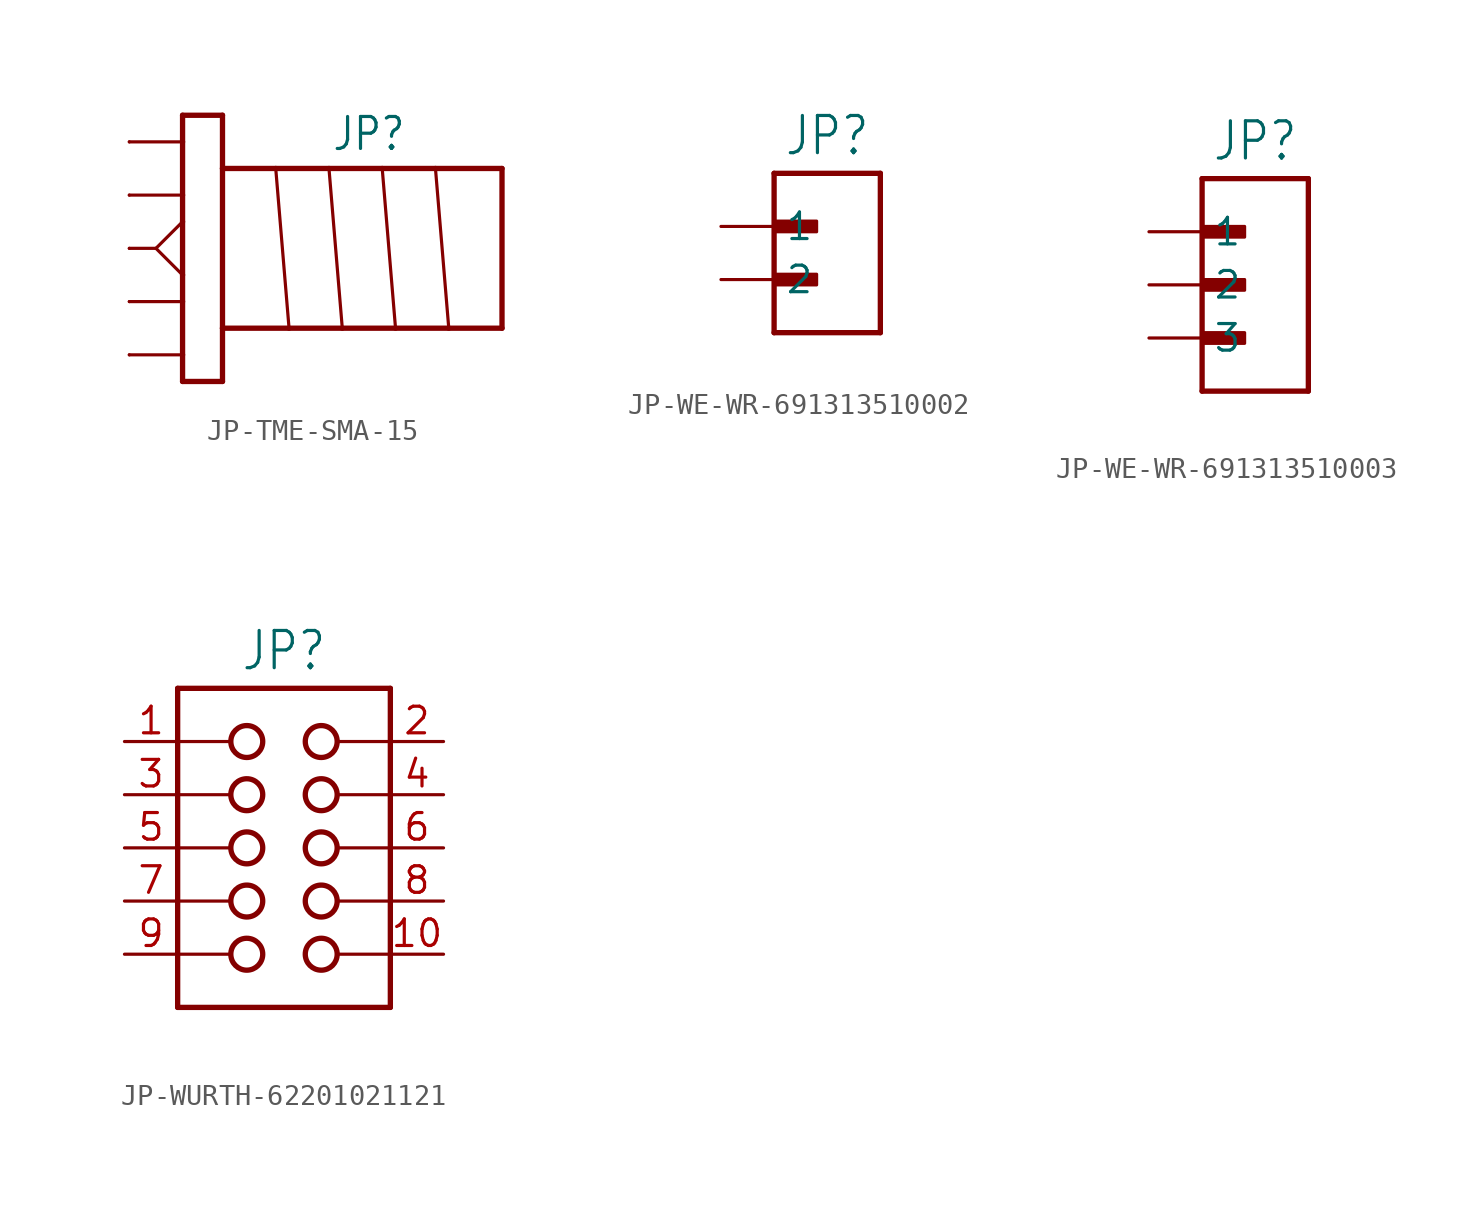
<source format=kicad_sym>
(kicad_symbol_lib
  (version 20231120)
  (generator "kicad_symbol_editor")
  (generator_version "8.0")
  (symbol "JP-TME-SMA-15"
    (property "Reference" "JP"
      (at 8.89 4.572 0)
      (effects (font (size 1.524 1.295)) (justify bottom)))
    (property "Value" ""
      (at 8.89 -4.572 0)
      (effects (font (size 1.524 1.295)) (justify top)))
    (property "ki_locked" ""
      (at 0 0 0)
      (effects (font (size 1.27 1.27))))
    (symbol "JP-TME-SMA-15_1_0"
      (polyline (pts (xy -1.27 0) (xy -2.54 0)) (stroke (width 0.152) (type solid)) (fill (type none)))
      (polyline (pts (xy -1.27 0) (xy 0 -1.27)) (stroke (width 0.152) (type solid)) (fill (type none)))
      (polyline (pts (xy -1.27 0) (xy 0 1.27)) (stroke (width 0.152) (type solid)) (fill (type none)))
      (polyline (pts (xy 0 -6.35) (xy 1.905 -6.35)) (stroke (width 0.254) (type solid)) (fill (type none)))
      (polyline (pts (xy 0 -5.08) (xy -2.54 -5.08)) (stroke (width 0.152) (type solid)) (fill (type none)))
      (polyline (pts (xy 0 -5.08) (xy 0 -6.35)) (stroke (width 0.254) (type solid)) (fill (type none)))
      (polyline (pts (xy 0 -2.54) (xy -2.54 -2.54)) (stroke (width 0.152) (type solid)) (fill (type none)))
      (polyline (pts (xy 0 -2.54) (xy 0 -5.08)) (stroke (width 0.254) (type solid)) (fill (type none)))
      (polyline (pts (xy 0 -1.27) (xy 0 -2.54)) (stroke (width 0.254) (type solid)) (fill (type none)))
      (polyline (pts (xy 0 1.27) (xy 0 -1.27)) (stroke (width 0.254) (type solid)) (fill (type none)))
      (polyline (pts (xy 0 2.54) (xy -2.54 2.54)) (stroke (width 0.152) (type solid)) (fill (type none)))
      (polyline (pts (xy 0 2.54) (xy 0 1.27)) (stroke (width 0.254) (type solid)) (fill (type none)))
      (polyline (pts (xy 0 5.08) (xy -2.54 5.08)) (stroke (width 0.152) (type solid)) (fill (type none)))
      (polyline (pts (xy 0 5.08) (xy 0 2.54)) (stroke (width 0.254) (type solid)) (fill (type none)))
      (polyline (pts (xy 0 6.35) (xy 0 5.08)) (stroke (width 0.254) (type solid)) (fill (type none)))
      (polyline (pts (xy 1.905 -6.35) (xy 1.905 -3.81)) (stroke (width 0.254) (type solid)) (fill (type none)))
      (polyline (pts (xy 1.905 -3.81) (xy 1.905 3.81)) (stroke (width 0.254) (type solid)) (fill (type none)))
      (polyline (pts (xy 1.905 3.81) (xy 1.905 6.35)) (stroke (width 0.254) (type solid)) (fill (type none)))
      (polyline (pts (xy 1.905 3.81) (xy 4.445 3.81)) (stroke (width 0.254) (type solid)) (fill (type none)))
      (polyline (pts (xy 1.905 6.35) (xy 0 6.35)) (stroke (width 0.254) (type solid)) (fill (type none)))
      (polyline (pts (xy 4.445 3.81) (xy 5.08 -3.81)) (stroke (width 0.152) (type solid)) (fill (type none)))
      (polyline (pts (xy 4.445 3.81) (xy 6.985 3.81)) (stroke (width 0.254) (type solid)) (fill (type none)))
      (polyline (pts (xy 5.08 -3.81) (xy 1.905 -3.81)) (stroke (width 0.254) (type solid)) (fill (type none)))
      (polyline (pts (xy 6.985 3.81) (xy 7.62 -3.81)) (stroke (width 0.152) (type solid)) (fill (type none)))
      (polyline (pts (xy 6.985 3.81) (xy 9.525 3.81)) (stroke (width 0.254) (type solid)) (fill (type none)))
      (polyline (pts (xy 7.62 -3.81) (xy 5.08 -3.81)) (stroke (width 0.254) (type solid)) (fill (type none)))
      (polyline (pts (xy 9.525 3.81) (xy 10.16 -3.81)) (stroke (width 0.152) (type solid)) (fill (type none)))
      (polyline (pts (xy 9.525 3.81) (xy 12.065 3.81)) (stroke (width 0.254) (type solid)) (fill (type none)))
      (polyline (pts (xy 10.16 -3.81) (xy 7.62 -3.81)) (stroke (width 0.254) (type solid)) (fill (type none)))
      (polyline (pts (xy 12.065 3.81) (xy 12.7 -3.81)) (stroke (width 0.152) (type solid)) (fill (type none)))
      (polyline (pts (xy 12.065 3.81) (xy 15.24 3.81)) (stroke (width 0.254) (type solid)) (fill (type none)))
      (polyline (pts (xy 12.7 -3.81) (xy 10.16 -3.81)) (stroke (width 0.254) (type solid)) (fill (type none)))
      (polyline (pts (xy 15.24 -3.81) (xy 12.7 -3.81)) (stroke (width 0.254) (type solid)) (fill (type none)))
      (polyline (pts (xy 15.24 3.81) (xy 15.24 -3.81)) (stroke (width 0.254) (type solid)) (fill (type none)))
      (pin passive line (at -2.54 0 0) (length 0) (name "0" (effects (font (size 0 0)))) (number "0" (effects (font (size 0 0)))))
      (pin passive line (at -2.54 5.08 0) (length 0) (name "1" (effects (font (size 0 0)))) (number "1" (effects (font (size 0 0)))))
      (pin passive line (at -2.54 -2.54 0) (length 0) (name "2" (effects (font (size 0 0)))) (number "2" (effects (font (size 0 0)))))
      (pin passive line (at -2.54 -5.08 0) (length 0) (name "3" (effects (font (size 0 0)))) (number "3" (effects (font (size 0 0)))))
      (pin passive line (at -2.54 2.54 0) (length 0) (name "4" (effects (font (size 0 0)))) (number "4" (effects (font (size 0 0)))))))
  (symbol "JP-WE-WR-691313510002"
    (property "Reference" "JP"
      (at 0 3.302 0)
      (effects (font (size 1.778 1.511)) (justify bottom)))
    (property "Value" ""
      (at 0 -5.842 0)
      (effects (font (size 1.778 1.511)) (justify top)))
    (property "ki_locked" ""
      (at 0 0 0)
      (effects (font (size 1.27 1.27))))
    (symbol "JP-WE-WR-691313510002_1_0"
      (rectangle (start -2.54 -2.794) (end -0.508 -2.286) (stroke (width 0) (type default)) (fill (type outline)))
      (rectangle (start -2.54 -0.254) (end -0.508 0.254) (stroke (width 0) (type default)) (fill (type outline)))
      (polyline (pts (xy -2.54 -5.08) (xy -2.54 2.54)) (stroke (width 0.254) (type solid)) (fill (type none)))
      (polyline (pts (xy -2.54 2.54) (xy 2.54 2.54)) (stroke (width 0.254) (type solid)) (fill (type none)))
      (polyline (pts (xy 2.54 -5.08) (xy -2.54 -5.08)) (stroke (width 0.254) (type solid)) (fill (type none)))
      (polyline (pts (xy 2.54 2.54) (xy 2.54 -5.08)) (stroke (width 0.254) (type solid)) (fill (type none)))
      (pin passive line (at -5.08 0 0) (length 2.54) (name "1" (effects (font (size 1.27 1.27)))) (number "1" (effects (font (size 0 0)))))
      (pin passive line (at -5.08 -2.54 0) (length 2.54) (name "2" (effects (font (size 1.27 1.27)))) (number "2" (effects (font (size 0 0)))))))
  (symbol "JP-WE-WR-691313510003"
    (property "Reference" "JP"
      (at 0 5.842 0)
      (effects (font (size 1.778 1.511)) (justify bottom)))
    (property "Value" ""
      (at 0 -5.842 0)
      (effects (font (size 1.778 1.511)) (justify top)))
    (property "ki_locked" ""
      (at 0 0 0)
      (effects (font (size 1.27 1.27))))
    (symbol "JP-WE-WR-691313510003_1_0"
      (rectangle (start -2.54 -2.794) (end -0.508 -2.286) (stroke (width 0) (type default)) (fill (type outline)))
      (rectangle (start -2.54 -0.254) (end -0.508 0.254) (stroke (width 0) (type default)) (fill (type outline)))
      (rectangle (start -2.54 2.286) (end -0.508 2.794) (stroke (width 0) (type default)) (fill (type outline)))
      (polyline (pts (xy -2.54 -5.08) (xy -2.54 5.08)) (stroke (width 0.254) (type solid)) (fill (type none)))
      (polyline (pts (xy -2.54 5.08) (xy 2.54 5.08)) (stroke (width 0.254) (type solid)) (fill (type none)))
      (polyline (pts (xy 2.54 -5.08) (xy -2.54 -5.08)) (stroke (width 0.254) (type solid)) (fill (type none)))
      (polyline (pts (xy 2.54 5.08) (xy 2.54 -5.08)) (stroke (width 0.254) (type solid)) (fill (type none)))
      (pin passive line (at -5.08 2.54 0) (length 2.54) (name "1" (effects (font (size 1.27 1.27)))) (number "1" (effects (font (size 0 0)))))
      (pin passive line (at -5.08 0 0) (length 2.54) (name "2" (effects (font (size 1.27 1.27)))) (number "2" (effects (font (size 0 0)))))
      (pin passive line (at -5.08 -2.54 0) (length 2.54) (name "3" (effects (font (size 1.27 1.27)))) (number "3" (effects (font (size 0 0)))))))
  (symbol "JP-WURTH-62201021121"
    (property "Reference" "JP"
      (at 0 8.382 0)
      (effects (font (size 1.778 1.511)) (justify bottom)))
    (property "Value" ""
      (at 0 -8.382 0)
      (effects (font (size 1.778 1.511)) (justify top)))
    (property "ki_locked" ""
      (at 0 0 0)
      (effects (font (size 1.27 1.27))))
    (symbol "JP-WURTH-62201021121_1_0"
      (circle (center -1.778 -5.08) (radius 0.762) (stroke (width 0.254) (type solid)) (fill (type none)))
      (circle (center -1.778 -2.54) (radius 0.762) (stroke (width 0.254) (type solid)) (fill (type none)))
      (circle (center -1.778 0) (radius 0.762) (stroke (width 0.254) (type solid)) (fill (type none)))
      (circle (center -1.778 2.54) (radius 0.762) (stroke (width 0.254) (type solid)) (fill (type none)))
      (circle (center -1.778 5.08) (radius 0.762) (stroke (width 0.254) (type solid)) (fill (type none)))
      (polyline (pts (xy -5.08 -7.62) (xy -5.08 -5.08)) (stroke (width 0.254) (type solid)) (fill (type none)))
      (polyline (pts (xy -5.08 -5.08) (xy -5.08 -2.54)) (stroke (width 0.254) (type solid)) (fill (type none)))
      (polyline (pts (xy -5.08 -5.08) (xy -2.54 -5.08)) (stroke (width 0.152) (type solid)) (fill (type none)))
      (polyline (pts (xy -5.08 -2.54) (xy -5.08 0)) (stroke (width 0.254) (type solid)) (fill (type none)))
      (polyline (pts (xy -5.08 -2.54) (xy -2.54 -2.54)) (stroke (width 0.152) (type solid)) (fill (type none)))
      (polyline (pts (xy -5.08 0) (xy -5.08 2.54)) (stroke (width 0.254) (type solid)) (fill (type none)))
      (polyline (pts (xy -5.08 0) (xy -2.54 0)) (stroke (width 0.152) (type solid)) (fill (type none)))
      (polyline (pts (xy -5.08 2.54) (xy -5.08 5.08)) (stroke (width 0.254) (type solid)) (fill (type none)))
      (polyline (pts (xy -5.08 2.54) (xy -2.54 2.54)) (stroke (width 0.152) (type solid)) (fill (type none)))
      (polyline (pts (xy -5.08 5.08) (xy -5.08 7.62)) (stroke (width 0.254) (type solid)) (fill (type none)))
      (polyline (pts (xy -5.08 5.08) (xy -2.54 5.08)) (stroke (width 0.152) (type solid)) (fill (type none)))
      (polyline (pts (xy -5.08 7.62) (xy 5.08 7.62)) (stroke (width 0.254) (type solid)) (fill (type none)))
      (polyline (pts (xy 2.54 -5.08) (xy 5.08 -5.08)) (stroke (width 0.152) (type solid)) (fill (type none)))
      (polyline (pts (xy 2.54 -2.54) (xy 5.08 -2.54)) (stroke (width 0.152) (type solid)) (fill (type none)))
      (polyline (pts (xy 2.54 0) (xy 5.08 0)) (stroke (width 0.152) (type solid)) (fill (type none)))
      (polyline (pts (xy 2.54 2.54) (xy 5.08 2.54)) (stroke (width 0.152) (type solid)) (fill (type none)))
      (polyline (pts (xy 2.54 5.08) (xy 5.08 5.08)) (stroke (width 0.152) (type solid)) (fill (type none)))
      (polyline (pts (xy 5.08 -7.62) (xy -5.08 -7.62)) (stroke (width 0.254) (type solid)) (fill (type none)))
      (polyline (pts (xy 5.08 -5.08) (xy 5.08 -7.62)) (stroke (width 0.254) (type solid)) (fill (type none)))
      (polyline (pts (xy 5.08 -2.54) (xy 5.08 -5.08)) (stroke (width 0.254) (type solid)) (fill (type none)))
      (polyline (pts (xy 5.08 0) (xy 5.08 -2.54)) (stroke (width 0.254) (type solid)) (fill (type none)))
      (polyline (pts (xy 5.08 2.54) (xy 5.08 0)) (stroke (width 0.254) (type solid)) (fill (type none)))
      (polyline (pts (xy 5.08 5.08) (xy 5.08 2.54)) (stroke (width 0.254) (type solid)) (fill (type none)))
      (polyline (pts (xy 5.08 7.62) (xy 5.08 5.08)) (stroke (width 0.254) (type solid)) (fill (type none)))
      (circle (center 1.778 -5.08) (radius 0.762) (stroke (width 0.254) (type solid)) (fill (type none)))
      (circle (center 1.778 -2.54) (radius 0.762) (stroke (width 0.254) (type solid)) (fill (type none)))
      (circle (center 1.778 0) (radius 0.762) (stroke (width 0.254) (type solid)) (fill (type none)))
      (circle (center 1.778 2.54) (radius 0.762) (stroke (width 0.254) (type solid)) (fill (type none)))
      (circle (center 1.778 5.08) (radius 0.762) (stroke (width 0.254) (type solid)) (fill (type none)))
      (pin passive line (at -7.62 5.08 0) (length 2.54) (name "1" (effects (font (size 0 0)))) (number "1" (effects (font (size 1.27 1.27)))))
      (pin passive line (at 7.62 -5.08 180) (length 2.54) (name "10" (effects (font (size 0 0)))) (number "10" (effects (font (size 1.27 1.27)))))
      (pin passive line (at 7.62 5.08 180) (length 2.54) (name "2" (effects (font (size 0 0)))) (number "2" (effects (font (size 1.27 1.27)))))
      (pin passive line (at -7.62 2.54 0) (length 2.54) (name "3" (effects (font (size 0 0)))) (number "3" (effects (font (size 1.27 1.27)))))
      (pin passive line (at 7.62 2.54 180) (length 2.54) (name "4" (effects (font (size 0 0)))) (number "4" (effects (font (size 1.27 1.27)))))
      (pin passive line (at -7.62 0 0) (length 2.54) (name "5" (effects (font (size 0 0)))) (number "5" (effects (font (size 1.27 1.27)))))
      (pin passive line (at 7.62 0 180) (length 2.54) (name "6" (effects (font (size 0 0)))) (number "6" (effects (font (size 1.27 1.27)))))
      (pin passive line (at -7.62 -2.54 0) (length 2.54) (name "7" (effects (font (size 0 0)))) (number "7" (effects (font (size 1.27 1.27)))))
      (pin passive line (at 7.62 -2.54 180) (length 2.54) (name "8" (effects (font (size 0 0)))) (number "8" (effects (font (size 1.27 1.27)))))
      (pin passive line (at -7.62 -5.08 0) (length 2.54) (name "9" (effects (font (size 0 0)))) (number "9" (effects (font (size 1.27 1.27))))))))
</source>
